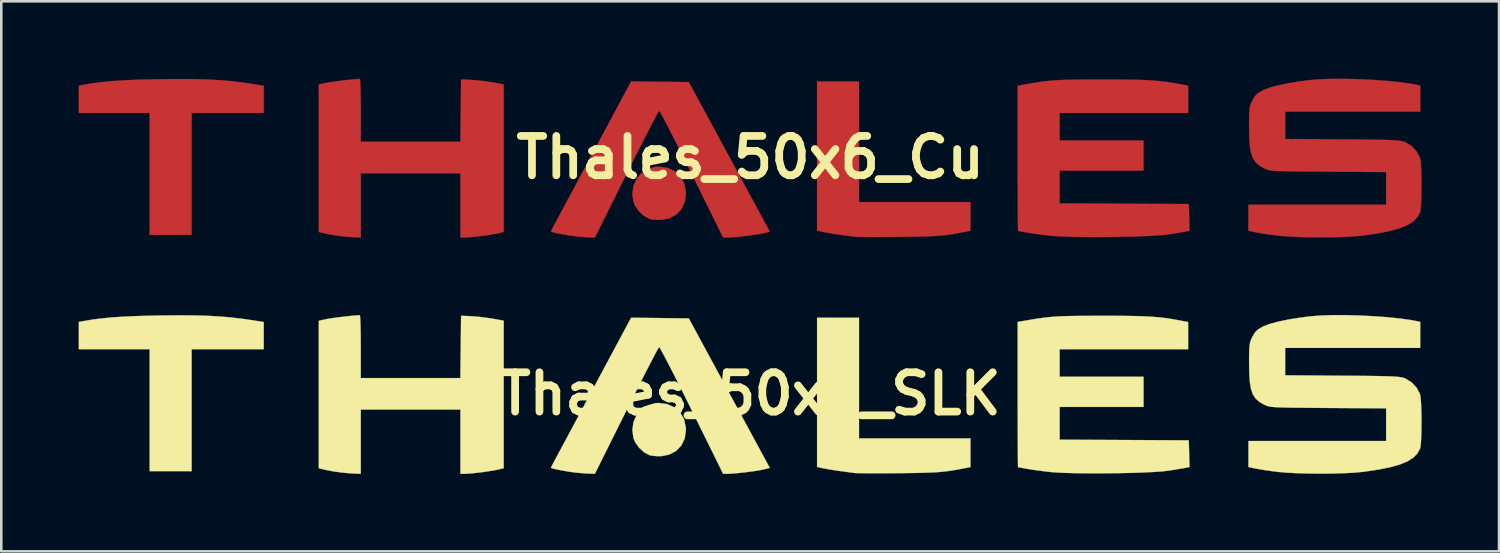
<source format=kicad_pcb>
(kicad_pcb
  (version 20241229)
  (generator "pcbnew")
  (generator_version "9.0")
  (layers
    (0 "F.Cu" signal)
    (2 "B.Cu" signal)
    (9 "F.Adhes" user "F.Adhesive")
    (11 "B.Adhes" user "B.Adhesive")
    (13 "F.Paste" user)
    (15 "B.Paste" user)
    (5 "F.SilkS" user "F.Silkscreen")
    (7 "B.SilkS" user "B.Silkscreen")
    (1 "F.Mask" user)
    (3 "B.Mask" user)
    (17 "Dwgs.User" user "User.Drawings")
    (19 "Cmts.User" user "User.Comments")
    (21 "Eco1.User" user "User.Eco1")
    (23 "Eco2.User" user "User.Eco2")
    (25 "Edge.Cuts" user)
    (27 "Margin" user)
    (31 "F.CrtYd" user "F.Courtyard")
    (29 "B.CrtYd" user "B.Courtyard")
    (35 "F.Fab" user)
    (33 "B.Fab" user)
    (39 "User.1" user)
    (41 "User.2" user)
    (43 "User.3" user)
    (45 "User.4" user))
  (footprint "Thales_50x6_Cu"
    (layer "F.Cu")
    (at 26.015 3.052)
    (property "Reference" "Thales_50x6_Cu" (at 0 0 0) (layer "F.SilkS") (effects (font (size 1.524 1.524) (thickness 0.3))))
    (attr through_hole)
    (fp_poly (pts (xy -21.615 -3.038) (xy -21.076 -3.024) (xy -20.586 -2.998) (xy -20.128 -2.96) (xy -19.683 -2.907) (xy -19.367 -2.862) (xy -18.847 -2.781) (xy -18.847 -1.727) (xy -21.641 -1.727) (xy -21.641 2.997) (xy -23.266 2.997) (xy -23.266 -1.727) (xy -26.01 -1.727) (xy -26.01 -2.783) (xy -25.829 -2.817) (xy -25.485 -2.875) (xy -25.122 -2.922) (xy -24.724 -2.96) (xy -24.277 -2.989) (xy -23.765 -3.012) (xy -23.173 -3.028) (xy -22.909 -3.033) (xy -22.221 -3.04) (xy -21.615 -3.038)) (stroke (width 0.01) (type solid)) (fill yes) (layer "F.Cu"))
    (fp_poly (pts (xy -3.213 0.4) (xy -2.931 0.526) (xy -2.711 0.726) (xy -2.562 0.989) (xy -2.494 1.307) (xy -2.49 1.408) (xy -2.536 1.729) (xy -2.666 2.002) (xy -2.869 2.214) (xy -3.136 2.356) (xy -3.434 2.415) (xy -3.633 2.415) (xy -3.82 2.396) (xy -3.909 2.375) (xy -4.117 2.262) (xy -4.311 2.083) (xy -4.461 1.87) (xy -4.524 1.718) (xy -4.565 1.395) (xy -4.52 1.092) (xy -4.399 0.824) (xy -4.211 0.603) (xy -3.967 0.445) (xy -3.677 0.364) (xy -3.546 0.356) (xy -3.213 0.4)) (stroke (width 0.01) (type solid)) (fill yes) (layer "F.Cu"))
    (fp_poly (pts (xy 4.216 1.727) (xy 8.534 1.727) (xy 8.534 2.838) (xy 8.268 2.891) (xy 8.015 2.939) (xy 7.786 2.978) (xy 7.562 3.008) (xy 7.328 3.031) (xy 7.066 3.047) (xy 6.759 3.059) (xy 6.39 3.067) (xy 5.942 3.073) (xy 5.766 3.075) (xy 5.369 3.078) (xy 4.998 3.079) (xy 4.669 3.079) (xy 4.393 3.077) (xy 4.187 3.074) (xy 4.062 3.07) (xy 4.039 3.068) (xy 3.915 3.051) (xy 3.728 3.026) (xy 3.514 2.997) (xy 3.48 2.993) (xy 3.248 2.959) (xy 3.02 2.922) (xy 2.842 2.889) (xy 2.832 2.887) (xy 2.591 2.836) (xy 2.591 -2.946) (xy 4.216 -2.946) (xy 4.216 1.727)) (stroke (width 0.01) (type solid)) (fill yes) (layer "F.Cu"))
    (fp_poly (pts (xy -15.115 -2.999) (xy -15.106 -2.863) (xy -15.098 -2.653) (xy -15.092 -2.383) (xy -15.088 -2.067) (xy -15.088 -1.829) (xy -15.088 -0.61) (xy -11.229 -0.61) (xy -11.215 -1.816) (xy -11.201 -3.023) (xy -10.82 -3.007) (xy -10.579 -2.989) (xy -10.295 -2.957) (xy -10.025 -2.918) (xy -9.995 -2.913) (xy -9.55 -2.834) (xy -9.55 2.885) (xy -9.792 2.941) (xy -9.986 2.978) (xy -10.236 3.017) (xy -10.508 3.052) (xy -10.767 3.08) (xy -10.979 3.096) (xy -11.06 3.099) (xy -11.227 3.099) (xy -11.227 0.61) (xy -15.088 0.61) (xy -15.088 3.099) (xy -15.303 3.092) (xy -15.471 3.082) (xy -15.687 3.064) (xy -15.868 3.045) (xy -16.094 3.014) (xy -16.321 2.975) (xy -16.465 2.945) (xy -16.713 2.885) (xy -16.713 -2.829) (xy -16.447 -2.888) (xy -16.302 -2.914) (xy -16.088 -2.945) (xy -15.836 -2.977) (xy -15.576 -3.007) (xy -15.341 -3.031) (xy -15.16 -3.045) (xy -15.126 -3.047) (xy -15.115 -2.999)) (stroke (width 0.01) (type solid)) (fill yes) (layer "F.Cu"))
    (fp_poly (pts (xy 14.186 -3.021) (xy 14.646 -3.017) (xy 15.034 -3.01) (xy 15.365 -2.997) (xy 15.654 -2.979) (xy 15.916 -2.955) (xy 16.166 -2.923) (xy 16.419 -2.883) (xy 16.675 -2.836) (xy 16.967 -2.781) (xy 16.967 -1.727) (xy 11.989 -1.727) (xy 11.989 -0.66) (xy 15.24 -0.66) (xy 15.24 0.508) (xy 11.989 0.508) (xy 11.989 1.777) (xy 16.993 1.803) (xy 17.021 2.836) (xy 16.88 2.866) (xy 16.771 2.886) (xy 16.59 2.917) (xy 16.366 2.953) (xy 16.205 2.978) (xy 15.97 3.005) (xy 15.651 3.028) (xy 15.264 3.047) (xy 14.826 3.062) (xy 14.355 3.073) (xy 13.866 3.08) (xy 13.378 3.082) (xy 12.906 3.08) (xy 12.469 3.072) (xy 12.082 3.06) (xy 11.763 3.042) (xy 11.582 3.025) (xy 11.312 2.992) (xy 11.045 2.956) (xy 10.817 2.922) (xy 10.697 2.901) (xy 10.535 2.872) (xy 10.419 2.851) (xy 10.379 2.845) (xy 10.376 2.796) (xy 10.373 2.654) (xy 10.371 2.429) (xy 10.369 2.129) (xy 10.367 1.765) (xy 10.365 1.345) (xy 10.364 0.878) (xy 10.363 0.373) (xy 10.363 0.031) (xy 10.363 -2.784) (xy 10.681 -2.839) (xy 10.964 -2.887) (xy 11.212 -2.925) (xy 11.443 -2.956) (xy 11.671 -2.979) (xy 11.913 -2.996) (xy 12.183 -3.008) (xy 12.499 -3.015) (xy 12.875 -3.02) (xy 13.328 -3.021) (xy 13.64 -3.022) (xy 14.186 -3.021)) (stroke (width 0.01) (type solid)) (fill yes) (layer "F.Cu"))
    (fp_poly (pts (xy -3.495 -2.935) (xy -2.378 -2.921) (xy -1.704 -1.676) (xy -1.51 -1.317) (xy -1.279 -0.891) (xy -1.025 -0.421) (xy -0.759 0.07) (xy -0.493 0.56) (xy -0.241 1.025) (xy -0.136 1.219) (xy 0.759 2.87) (xy 0.528 2.929) (xy 0.363 2.963) (xy 0.128 2.999) (xy -0.143 3.035) (xy -0.42 3.066) (xy -0.67 3.089) (xy -0.86 3.099) (xy -0.882 3.099) (xy -1.049 3.099) (xy -2.265 0.636) (xy -2.495 0.172) (xy -2.712 -0.263) (xy -2.913 -0.66) (xy -3.093 -1.012) (xy -3.248 -1.31) (xy -3.373 -1.547) (xy -3.464 -1.712) (xy -3.518 -1.8) (xy -3.529 -1.811) (xy -3.56 -1.764) (xy -3.633 -1.634) (xy -3.741 -1.43) (xy -3.881 -1.16) (xy -4.05 -0.833) (xy -4.241 -0.456) (xy -4.452 -0.038) (xy -4.678 0.411) (xy -4.798 0.651) (xy -6.017 3.099) (xy -6.247 3.092) (xy -6.425 3.082) (xy -6.647 3.064) (xy -6.816 3.046) (xy -7.004 3.02) (xy -7.209 2.986) (xy -7.408 2.948) (xy -7.576 2.912) (xy -7.688 2.882) (xy -7.722 2.865) (xy -7.699 2.818) (xy -7.637 2.698) (xy -7.544 2.523) (xy -7.429 2.308) (xy -7.398 2.251) (xy -7.301 2.07) (xy -7.163 1.813) (xy -6.992 1.495) (xy -6.796 1.129) (xy -6.582 0.729) (xy -6.357 0.31) (xy -6.13 -0.115) (xy -6.096 -0.178) (xy -5.873 -0.596) (xy -5.654 -1.005) (xy -5.447 -1.391) (xy -5.259 -1.741) (xy -5.097 -2.044) (xy -4.968 -2.286) (xy -4.878 -2.453) (xy -4.865 -2.477) (xy -4.613 -2.948) (xy -3.495 -2.935)) (stroke (width 0.01) (type solid)) (fill yes) (layer "F.Cu"))
    (fp_poly (pts (xy 23.606 -3.033) (xy 24.155 -3.006) (xy 24.686 -2.967) (xy 25.176 -2.917) (xy 25.602 -2.857) (xy 25.819 -2.816) (xy 25.959 -2.786) (xy 25.959 -1.778) (xy 20.726 -1.778) (xy 20.726 -0.717) (xy 22.949 -0.701) (xy 23.487 -0.697) (xy 23.934 -0.693) (xy 24.298 -0.688) (xy 24.59 -0.682) (xy 24.82 -0.675) (xy 24.996 -0.665) (xy 25.129 -0.654) (xy 25.229 -0.639) (xy 25.304 -0.622) (xy 25.366 -0.6) (xy 25.387 -0.591) (xy 25.629 -0.44) (xy 25.825 -0.229) (xy 25.948 0.012) (xy 25.956 0.037) (xy 25.976 0.163) (xy 25.991 0.365) (xy 26.002 0.62) (xy 26.007 0.909) (xy 26.008 1.209) (xy 26.004 1.499) (xy 25.995 1.758) (xy 25.981 1.964) (xy 25.962 2.096) (xy 25.956 2.118) (xy 25.853 2.308) (xy 25.695 2.472) (xy 25.472 2.614) (xy 25.179 2.736) (xy 24.807 2.842) (xy 24.349 2.935) (xy 23.797 3.017) (xy 23.759 3.022) (xy 23.441 3.053) (xy 23.045 3.075) (xy 22.598 3.088) (xy 22.124 3.093) (xy 21.646 3.089) (xy 21.191 3.076) (xy 20.782 3.055) (xy 20.443 3.026) (xy 20.419 3.023) (xy 20.158 2.989) (xy 19.9 2.951) (xy 19.682 2.915) (xy 19.594 2.898) (xy 19.304 2.838) (xy 19.304 1.829) (xy 24.638 1.829) (xy 24.638 0.564) (xy 22.39 0.549) (xy 21.854 0.545) (xy 21.409 0.541) (xy 21.047 0.537) (xy 20.757 0.532) (xy 20.529 0.526) (xy 20.355 0.518) (xy 20.223 0.507) (xy 20.124 0.493) (xy 20.049 0.476) (xy 19.987 0.455) (xy 19.93 0.429) (xy 19.901 0.415) (xy 19.718 0.307) (xy 19.577 0.179) (xy 19.473 0.017) (xy 19.401 -0.194) (xy 19.356 -0.467) (xy 19.334 -0.815) (xy 19.329 -1.168) (xy 19.33 -1.472) (xy 19.335 -1.695) (xy 19.346 -1.856) (xy 19.365 -1.977) (xy 19.396 -2.077) (xy 19.44 -2.176) (xy 19.456 -2.21) (xy 19.553 -2.374) (xy 19.667 -2.488) (xy 19.835 -2.59) (xy 19.863 -2.604) (xy 20.104 -2.699) (xy 20.434 -2.791) (xy 20.841 -2.876) (xy 21.312 -2.952) (xy 21.689 -3) (xy 22.08 -3.031) (xy 22.545 -3.047) (xy 23.061 -3.047) (xy 23.606 -3.033)) (stroke (width 0.01) (type solid)) (fill yes) (layer "F.Cu")))
  (footprint "Thales_50x6_SLK"
    (layer "F.Cu")
    (at 26.015 12.207)
    (property "Reference" "Thales_50x6_SLK" (at 0 0 0) (layer "F.SilkS") (effects (font (size 1.524 1.524) (thickness 0.3))))
    (attr through_hole)
    (fp_poly (pts (xy -21.615 -3.038) (xy -21.076 -3.024) (xy -20.586 -2.998) (xy -20.128 -2.96) (xy -19.683 -2.907) (xy -19.367 -2.862) (xy -18.847 -2.781) (xy -18.847 -1.727) (xy -21.641 -1.727) (xy -21.641 2.997) (xy -23.266 2.997) (xy -23.266 -1.727) (xy -26.01 -1.727) (xy -26.01 -2.783) (xy -25.829 -2.817) (xy -25.485 -2.875) (xy -25.122 -2.922) (xy -24.724 -2.96) (xy -24.277 -2.989) (xy -23.765 -3.012) (xy -23.173 -3.028) (xy -22.909 -3.033) (xy -22.221 -3.04) (xy -21.615 -3.038)) (stroke (width 0.01) (type solid)) (fill yes) (layer "F.SilkS"))
    (fp_poly (pts (xy -3.213 0.4) (xy -2.931 0.526) (xy -2.711 0.726) (xy -2.562 0.989) (xy -2.494 1.307) (xy -2.49 1.408) (xy -2.536 1.729) (xy -2.666 2.002) (xy -2.869 2.214) (xy -3.136 2.356) (xy -3.434 2.415) (xy -3.633 2.415) (xy -3.82 2.396) (xy -3.909 2.375) (xy -4.117 2.262) (xy -4.311 2.083) (xy -4.461 1.87) (xy -4.524 1.718) (xy -4.565 1.395) (xy -4.52 1.092) (xy -4.399 0.824) (xy -4.211 0.603) (xy -3.967 0.445) (xy -3.677 0.364) (xy -3.546 0.356) (xy -3.213 0.4)) (stroke (width 0.01) (type solid)) (fill yes) (layer "F.SilkS"))
    (fp_poly (pts (xy 4.216 1.727) (xy 8.534 1.727) (xy 8.534 2.838) (xy 8.268 2.891) (xy 8.015 2.939) (xy 7.786 2.978) (xy 7.562 3.008) (xy 7.328 3.031) (xy 7.066 3.047) (xy 6.759 3.059) (xy 6.39 3.067) (xy 5.942 3.073) (xy 5.766 3.075) (xy 5.369 3.078) (xy 4.998 3.079) (xy 4.669 3.079) (xy 4.393 3.077) (xy 4.187 3.074) (xy 4.062 3.07) (xy 4.039 3.068) (xy 3.915 3.051) (xy 3.728 3.026) (xy 3.514 2.997) (xy 3.48 2.993) (xy 3.248 2.959) (xy 3.02 2.922) (xy 2.842 2.889) (xy 2.832 2.887) (xy 2.591 2.836) (xy 2.591 -2.946) (xy 4.216 -2.946) (xy 4.216 1.727)) (stroke (width 0.01) (type solid)) (fill yes) (layer "F.SilkS"))
    (fp_poly (pts (xy -15.115 -2.999) (xy -15.106 -2.863) (xy -15.098 -2.653) (xy -15.092 -2.383) (xy -15.088 -2.067) (xy -15.088 -1.829) (xy -15.088 -0.61) (xy -11.229 -0.61) (xy -11.215 -1.816) (xy -11.201 -3.023) (xy -10.82 -3.007) (xy -10.579 -2.989) (xy -10.295 -2.957) (xy -10.025 -2.918) (xy -9.995 -2.913) (xy -9.55 -2.834) (xy -9.55 2.885) (xy -9.792 2.941) (xy -9.986 2.978) (xy -10.236 3.017) (xy -10.508 3.052) (xy -10.767 3.08) (xy -10.979 3.096) (xy -11.06 3.099) (xy -11.227 3.099) (xy -11.227 0.61) (xy -15.088 0.61) (xy -15.088 3.099) (xy -15.303 3.092) (xy -15.471 3.082) (xy -15.687 3.064) (xy -15.868 3.045) (xy -16.094 3.014) (xy -16.321 2.975) (xy -16.465 2.945) (xy -16.713 2.885) (xy -16.713 -2.829) (xy -16.447 -2.888) (xy -16.302 -2.914) (xy -16.088 -2.945) (xy -15.836 -2.977) (xy -15.576 -3.007) (xy -15.341 -3.031) (xy -15.16 -3.045) (xy -15.126 -3.047) (xy -15.115 -2.999)) (stroke (width 0.01) (type solid)) (fill yes) (layer "F.SilkS"))
    (fp_poly (pts (xy 14.186 -3.021) (xy 14.646 -3.017) (xy 15.034 -3.01) (xy 15.365 -2.997) (xy 15.654 -2.979) (xy 15.916 -2.955) (xy 16.166 -2.923) (xy 16.419 -2.883) (xy 16.675 -2.836) (xy 16.967 -2.781) (xy 16.967 -1.727) (xy 11.989 -1.727) (xy 11.989 -0.66) (xy 15.24 -0.66) (xy 15.24 0.508) (xy 11.989 0.508) (xy 11.989 1.777) (xy 16.993 1.803) (xy 17.021 2.836) (xy 16.88 2.866) (xy 16.771 2.886) (xy 16.59 2.917) (xy 16.366 2.953) (xy 16.205 2.978) (xy 15.97 3.005) (xy 15.651 3.028) (xy 15.264 3.047) (xy 14.826 3.062) (xy 14.355 3.073) (xy 13.866 3.08) (xy 13.378 3.082) (xy 12.906 3.08) (xy 12.469 3.072) (xy 12.082 3.06) (xy 11.763 3.042) (xy 11.582 3.025) (xy 11.312 2.992) (xy 11.045 2.956) (xy 10.817 2.922) (xy 10.697 2.901) (xy 10.535 2.872) (xy 10.419 2.851) (xy 10.379 2.845) (xy 10.376 2.796) (xy 10.373 2.654) (xy 10.371 2.429) (xy 10.369 2.129) (xy 10.367 1.765) (xy 10.365 1.345) (xy 10.364 0.878) (xy 10.363 0.373) (xy 10.363 0.031) (xy 10.363 -2.784) (xy 10.681 -2.839) (xy 10.964 -2.887) (xy 11.212 -2.925) (xy 11.443 -2.956) (xy 11.671 -2.979) (xy 11.913 -2.996) (xy 12.183 -3.008) (xy 12.499 -3.015) (xy 12.875 -3.02) (xy 13.328 -3.021) (xy 13.64 -3.022) (xy 14.186 -3.021)) (stroke (width 0.01) (type solid)) (fill yes) (layer "F.SilkS"))
    (fp_poly (pts (xy -3.495 -2.935) (xy -2.378 -2.921) (xy -1.704 -1.676) (xy -1.51 -1.317) (xy -1.279 -0.891) (xy -1.025 -0.421) (xy -0.759 0.07) (xy -0.493 0.56) (xy -0.241 1.025) (xy -0.136 1.219) (xy 0.759 2.87) (xy 0.528 2.929) (xy 0.363 2.963) (xy 0.128 2.999) (xy -0.143 3.035) (xy -0.42 3.066) (xy -0.67 3.089) (xy -0.86 3.099) (xy -0.882 3.099) (xy -1.049 3.099) (xy -2.265 0.636) (xy -2.495 0.172) (xy -2.712 -0.263) (xy -2.913 -0.66) (xy -3.093 -1.012) (xy -3.248 -1.31) (xy -3.373 -1.547) (xy -3.464 -1.712) (xy -3.518 -1.8) (xy -3.529 -1.811) (xy -3.56 -1.764) (xy -3.633 -1.634) (xy -3.741 -1.43) (xy -3.881 -1.16) (xy -4.05 -0.833) (xy -4.241 -0.456) (xy -4.452 -0.038) (xy -4.678 0.411) (xy -4.798 0.651) (xy -6.017 3.099) (xy -6.247 3.092) (xy -6.425 3.082) (xy -6.647 3.064) (xy -6.816 3.046) (xy -7.004 3.02) (xy -7.209 2.986) (xy -7.408 2.948) (xy -7.576 2.912) (xy -7.688 2.882) (xy -7.722 2.865) (xy -7.699 2.818) (xy -7.637 2.698) (xy -7.544 2.523) (xy -7.429 2.308) (xy -7.398 2.251) (xy -7.301 2.07) (xy -7.163 1.813) (xy -6.992 1.495) (xy -6.796 1.129) (xy -6.582 0.729) (xy -6.357 0.31) (xy -6.13 -0.115) (xy -6.096 -0.178) (xy -5.873 -0.596) (xy -5.654 -1.005) (xy -5.447 -1.391) (xy -5.259 -1.741) (xy -5.097 -2.044) (xy -4.968 -2.286) (xy -4.878 -2.453) (xy -4.865 -2.477) (xy -4.613 -2.948) (xy -3.495 -2.935)) (stroke (width 0.01) (type solid)) (fill yes) (layer "F.SilkS"))
    (fp_poly (pts (xy 23.606 -3.033) (xy 24.155 -3.006) (xy 24.686 -2.967) (xy 25.176 -2.917) (xy 25.602 -2.857) (xy 25.819 -2.816) (xy 25.959 -2.786) (xy 25.959 -1.778) (xy 20.726 -1.778) (xy 20.726 -0.717) (xy 22.949 -0.701) (xy 23.487 -0.697) (xy 23.934 -0.693) (xy 24.298 -0.688) (xy 24.59 -0.682) (xy 24.82 -0.675) (xy 24.996 -0.665) (xy 25.129 -0.654) (xy 25.229 -0.639) (xy 25.304 -0.622) (xy 25.366 -0.6) (xy 25.387 -0.591) (xy 25.629 -0.44) (xy 25.825 -0.229) (xy 25.948 0.012) (xy 25.956 0.037) (xy 25.976 0.163) (xy 25.991 0.365) (xy 26.002 0.62) (xy 26.007 0.909) (xy 26.008 1.209) (xy 26.004 1.499) (xy 25.995 1.758) (xy 25.981 1.964) (xy 25.962 2.096) (xy 25.956 2.118) (xy 25.853 2.308) (xy 25.695 2.472) (xy 25.472 2.614) (xy 25.179 2.736) (xy 24.807 2.842) (xy 24.349 2.935) (xy 23.797 3.017) (xy 23.759 3.022) (xy 23.441 3.053) (xy 23.045 3.075) (xy 22.598 3.088) (xy 22.124 3.093) (xy 21.646 3.089) (xy 21.191 3.076) (xy 20.782 3.055) (xy 20.443 3.026) (xy 20.419 3.023) (xy 20.158 2.989) (xy 19.9 2.951) (xy 19.682 2.915) (xy 19.594 2.898) (xy 19.304 2.838) (xy 19.304 1.829) (xy 24.638 1.829) (xy 24.638 0.564) (xy 22.39 0.549) (xy 21.854 0.545) (xy 21.409 0.541) (xy 21.047 0.537) (xy 20.757 0.532) (xy 20.529 0.526) (xy 20.355 0.518) (xy 20.223 0.507) (xy 20.124 0.493) (xy 20.049 0.476) (xy 19.987 0.455) (xy 19.93 0.429) (xy 19.901 0.415) (xy 19.718 0.307) (xy 19.577 0.179) (xy 19.473 0.017) (xy 19.401 -0.194) (xy 19.356 -0.467) (xy 19.334 -0.815) (xy 19.329 -1.168) (xy 19.33 -1.472) (xy 19.335 -1.695) (xy 19.346 -1.856) (xy 19.365 -1.977) (xy 19.396 -2.077) (xy 19.44 -2.176) (xy 19.456 -2.21) (xy 19.553 -2.374) (xy 19.667 -2.488) (xy 19.835 -2.59) (xy 19.863 -2.604) (xy 20.104 -2.699) (xy 20.434 -2.791) (xy 20.841 -2.876) (xy 21.312 -2.952) (xy 21.689 -3) (xy 22.08 -3.031) (xy 22.545 -3.047) (xy 23.061 -3.047) (xy 23.606 -3.033)) (stroke (width 0.01) (type solid)) (fill yes) (layer "F.SilkS")))
  (gr_rect
    (start -3 -3)
    (end 55.027 18.311)
    (stroke (width 0.1) (type default))
    (fill no)
    (layer "Edge.Cuts")))
</source>
